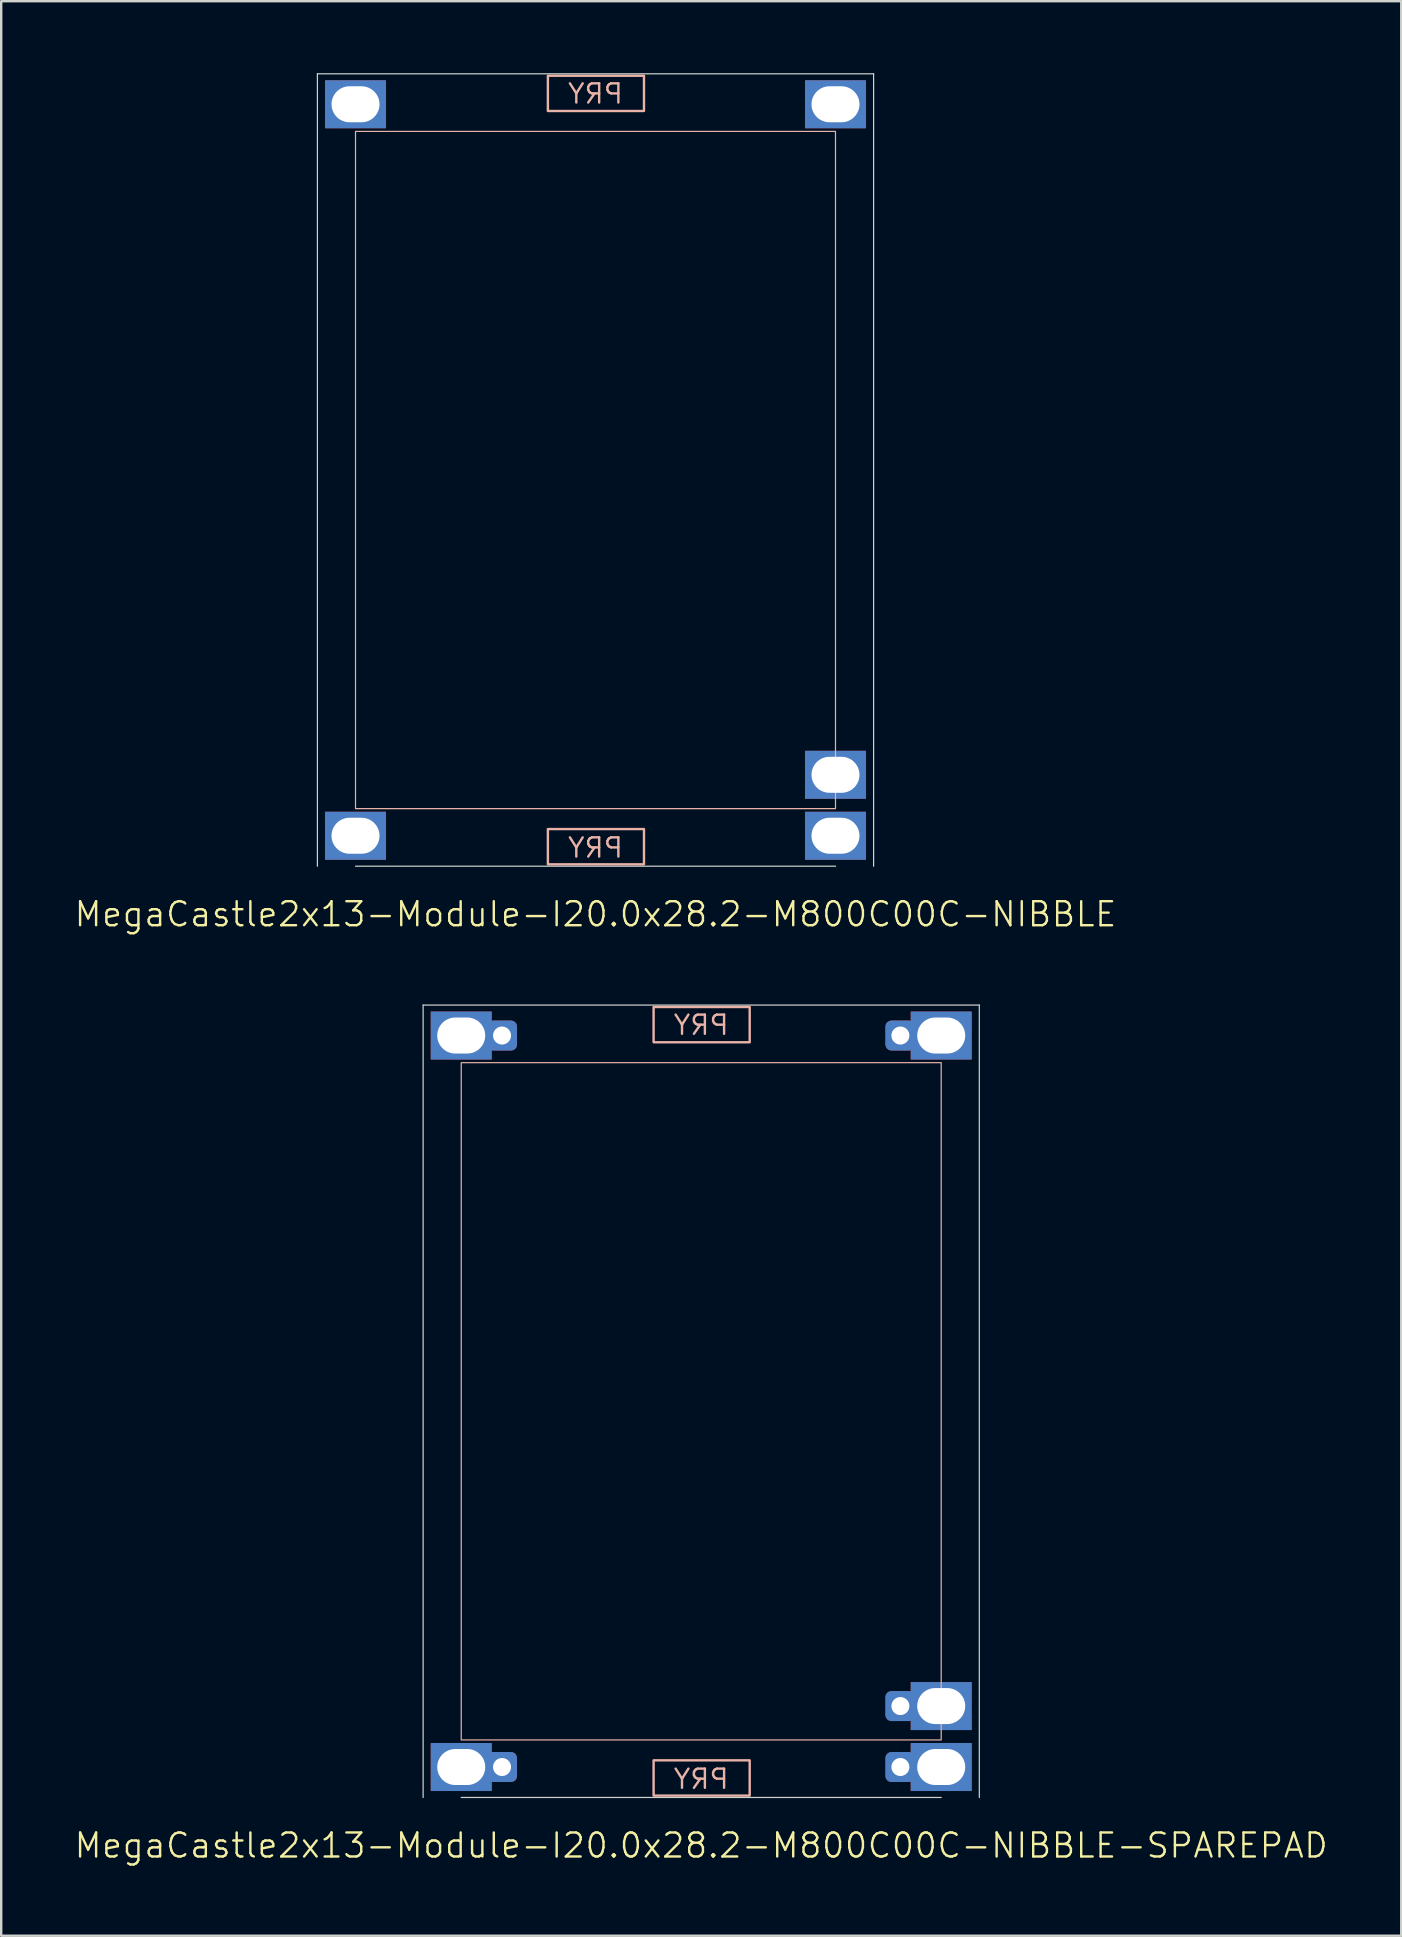
<source format=kicad_pcb>
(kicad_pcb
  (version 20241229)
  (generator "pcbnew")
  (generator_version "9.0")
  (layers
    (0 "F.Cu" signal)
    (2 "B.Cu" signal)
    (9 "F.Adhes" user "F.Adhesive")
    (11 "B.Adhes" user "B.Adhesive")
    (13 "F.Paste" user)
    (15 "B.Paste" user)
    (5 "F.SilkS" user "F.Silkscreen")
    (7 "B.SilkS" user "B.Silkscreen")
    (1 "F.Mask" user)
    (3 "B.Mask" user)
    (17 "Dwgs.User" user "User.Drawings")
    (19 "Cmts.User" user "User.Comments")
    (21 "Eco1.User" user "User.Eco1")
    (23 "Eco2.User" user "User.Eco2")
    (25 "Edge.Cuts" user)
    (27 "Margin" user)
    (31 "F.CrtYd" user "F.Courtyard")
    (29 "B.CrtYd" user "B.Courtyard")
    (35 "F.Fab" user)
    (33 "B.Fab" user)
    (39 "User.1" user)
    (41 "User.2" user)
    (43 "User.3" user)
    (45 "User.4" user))
  (footprint "MegaCastle2x13-Module-I20.0x28.2-M800C00C-NIBBLE"
    (layer "F.Cu")
    (at 21.764 16.535)
    (property "Reference" "MegaCastle2x13-Module-I20.0x28.2-M800C00C-NIBBLE" (at 0 18.51 0) (unlocked yes) (layer "F.SilkS") (effects (font (size 1 1) (thickness 0.1))))
    (attr smd)
    (fp_rect (start -10 14.11) (end 10 -14.11) (stroke (width 0.05) (type default)) (fill no) (layer "B.SilkS"))
    (fp_rect (start -1.984 -14.961) (end 2.02 -16.43) (stroke (width 0.1) (type default)) (fill no) (layer "B.SilkS"))
    (fp_rect (start -1.984 14.961) (end 2.02 16.43) (stroke (width 0.1) (type default)) (fill no) (layer "B.SilkS"))
    (fp_line (start -11.588 -16.51) (end -11.588 16.51) (stroke (width 0.05) (type default)) (layer "Edge.Cuts"))
    (fp_line (start -11.588 -16.51) (end 11.588 -16.51) (stroke (width 0.05) (type default)) (layer "Edge.Cuts"))
    (fp_line (start -10 16.51) (end 10 16.51) (stroke (width 0.05) (type default)) (layer "Edge.Cuts"))
    (fp_line (start 11.588 -16.51) (end 11.588 16.51) (stroke (width 0.05) (type default)) (layer "Edge.Cuts"))
    (fp_text user "PRY" (at 0 16.21 0) (unlocked yes) (layer "B.SilkS") (effects (font (size 0.8 0.8) (thickness 0.1)) (justify bottom mirror)))
    (fp_text user "PRY" (at 0 -15.21 0) (unlocked yes) (layer "B.SilkS") (effects (font (size 0.8 0.8) (thickness 0.1)) (justify bottom mirror)))
    (pad "1" thru_hole rect (at -10 -15.24) (size 2.54 2) (drill oval 2 1.5) (property pad_prop_castellated) (layers "*.Cu" "*.Mask"))
    (pad "13" thru_hole rect (at -10 15.24) (size 2.54 2) (drill oval 2 1.5) (property pad_prop_castellated) (layers "*.Cu" "*.Mask"))
    (pad "14" thru_hole rect (at 10 -15.24) (size 2.54 2) (drill oval 2 1.5) (property pad_prop_castellated) (layers "*.Cu" "*.Mask"))
    (pad "25" thru_hole rect (at 10 12.7) (size 2.54 2) (drill oval 2 1.5) (property pad_prop_castellated) (layers "*.Cu" "*.Mask"))
    (pad "26" thru_hole rect (at 10 15.24) (size 2.54 2) (drill oval 2 1.5) (property pad_prop_castellated) (layers "*.Cu" "*.Mask"))
    (zone (net_name "") (layer "B.Cu") (hatch edge 0.5) (connect_pads) (min_thickness 0.25) (filled_areas_thickness no) (keepout (tracks allowed) (vias allowed) (pads allowed) (copperpour allowed) (footprints not_allowed)) (placement (enabled no)) (fill) (polygon (pts (xy 11.764 33.045) (xy 11.764 0.025))))
    (zone (net_name "") (layer "B.Cu") (hatch edge 0.5) (connect_pads) (min_thickness 0.25) (filled_areas_thickness no) (keepout (tracks allowed) (vias allowed) (pads allowed) (copperpour allowed) (footprints not_allowed)) (placement (enabled no)) (fill) (polygon (pts (xy 31.764 33.045) (xy 31.764 0.025))))
    (zone (net_name "") (layer "B.Cu") (hatch edge 0.5) (connect_pads) (min_thickness 0.25) (filled_areas_thickness no) (keepout (tracks allowed) (vias allowed) (pads allowed) (copperpour allowed) (footprints not_allowed)) (placement (enabled no)) (fill) (polygon (pts (xy 11.764 0.025) (xy 11.764 2.425) (xy 31.764 2.425) (xy 31.764 0.025))))
    (zone (net_name "") (layer "B.Cu") (hatch edge 0.5) (connect_pads) (min_thickness 0.25) (filled_areas_thickness no) (keepout (tracks allowed) (vias allowed) (pads allowed) (copperpour allowed) (footprints not_allowed)) (placement (enabled no)) (fill) (polygon (pts (xy 11.764 33.045) (xy 11.764 30.645) (xy 31.764 30.645) (xy 31.764 33.045))))
    (zone (net_name "") (layer "B.Cu") (name "Upper Pry Zone") (hatch edge 0.5) (connect_pads) (min_thickness 0.25) (filled_areas_thickness no) (keepout (tracks not_allowed) (vias not_allowed) (pads not_allowed) (copperpour allowed) (footprints not_allowed)) (placement (enabled no)) (fill) (polygon (pts (xy 19.78 1.574) (xy 19.78 0.105) (xy 23.784 0.105) (xy 23.784 1.574))))
    (zone (net_name "") (layer "B.Cu") (name "Upper Pry Zone") (hatch edge 0.5) (connect_pads) (min_thickness 0.25) (filled_areas_thickness no) (keepout (tracks not_allowed) (vias not_allowed) (pads not_allowed) (copperpour allowed) (footprints not_allowed)) (placement (enabled no)) (fill) (polygon (pts (xy 19.78 31.496) (xy 19.78 32.965) (xy 23.784 32.965) (xy 23.784 31.496)))))
  (footprint "MegaCastle2x13-Module-I20.0x28.2-M800C00C-NIBBLE-SPAREPAD"
    (layer "F.Cu")
    (at 26.169 55.34)
    (property "Reference" "MegaCastle2x13-Module-I20.0x28.2-M800C00C-NIBBLE-SPAREPAD" (at 0 18.51 0) (unlocked yes) (layer "F.SilkS") (effects (font (size 1 1) (thickness 0.1))))
    (attr smd)
    (fp_rect (start -10 14.11) (end 10 -14.11) (stroke (width 0.05) (type default)) (fill no) (layer "B.SilkS"))
    (fp_rect (start -1.984 -14.961) (end 2.02 -16.43) (stroke (width 0.1) (type default)) (fill no) (layer "B.SilkS"))
    (fp_rect (start -1.984 14.961) (end 2.02 16.43) (stroke (width 0.1) (type default)) (fill no) (layer "B.SilkS"))
    (fp_line (start -11.588 -16.51) (end -11.588 16.51) (stroke (width 0.05) (type default)) (layer "Edge.Cuts"))
    (fp_line (start -11.588 -16.51) (end 11.588 -16.51) (stroke (width 0.05) (type default)) (layer "Edge.Cuts"))
    (fp_line (start -10 16.51) (end 10 16.51) (stroke (width 0.05) (type default)) (layer "Edge.Cuts"))
    (fp_line (start 11.588 -16.51) (end 11.588 16.51) (stroke (width 0.05) (type default)) (layer "Edge.Cuts"))
    (fp_text user "PRY" (at 0 16.21 0) (unlocked yes) (layer "B.SilkS") (effects (font (size 0.8 0.8) (thickness 0.1)) (justify bottom mirror)))
    (fp_text user "PRY" (at 0 -15.21 0) (unlocked yes) (layer "B.SilkS") (effects (font (size 0.8 0.8) (thickness 0.1)) (justify bottom mirror)))
    (pad "1" thru_hole rect (at -10 -15.24) (size 2.54 2) (drill oval 2 1.5) (property pad_prop_castellated) (layers "*.Cu" "*.Mask"))
    (pad "1" thru_hole roundrect (at -8.3 -15.24 180) (size 1.25 1.25) (drill 0.75) (layers "*.Cu" "*.Mask") (roundrect_rratio 0.2))
    (pad "13" thru_hole rect (at -10 15.24) (size 2.54 2) (drill oval 2 1.5) (property pad_prop_castellated) (layers "*.Cu" "*.Mask"))
    (pad "13" thru_hole roundrect (at -8.3 15.24 180) (size 1.25 1.25) (drill 0.75) (layers "*.Cu" "*.Mask") (roundrect_rratio 0.2))
    (pad "14" thru_hole roundrect (at 8.3 -15.24 180) (size 1.25 1.25) (drill 0.75) (layers "*.Cu" "*.Mask") (roundrect_rratio 0.2))
    (pad "14" thru_hole rect (at 10 -15.24) (size 2.54 2) (drill oval 2 1.5) (property pad_prop_castellated) (layers "*.Cu" "*.Mask"))
    (pad "25" thru_hole roundrect (at 8.3 12.7 180) (size 1.25 1.25) (drill 0.75) (layers "*.Cu" "*.Mask") (roundrect_rratio 0.2))
    (pad "25" thru_hole rect (at 10 12.7) (size 2.54 2) (drill oval 2 1.5) (property pad_prop_castellated) (layers "*.Cu" "*.Mask"))
    (pad "26" thru_hole roundrect (at 8.3 15.24 180) (size 1.25 1.25) (drill 0.75) (layers "*.Cu" "*.Mask") (roundrect_rratio 0.2))
    (pad "26" thru_hole rect (at 10 15.24) (size 2.54 2) (drill oval 2 1.5) (property pad_prop_castellated) (layers "*.Cu" "*.Mask"))
    (zone (net_name "") (layer "B.Cu") (hatch edge 0.5) (connect_pads) (min_thickness 0.25) (filled_areas_thickness no) (keepout (tracks allowed) (vias allowed) (pads allowed) (copperpour allowed) (footprints not_allowed)) (placement (enabled no)) (fill) (polygon (pts (xy 16.169 71.85) (xy 16.169 38.831))))
    (zone (net_name "") (layer "B.Cu") (hatch edge 0.5) (connect_pads) (min_thickness 0.25) (filled_areas_thickness no) (keepout (tracks allowed) (vias allowed) (pads allowed) (copperpour allowed) (footprints not_allowed)) (placement (enabled no)) (fill) (polygon (pts (xy 36.169 71.85) (xy 36.169 38.831))))
    (zone (net_name "") (layer "B.Cu") (hatch edge 0.5) (connect_pads) (min_thickness 0.25) (filled_areas_thickness no) (keepout (tracks allowed) (vias allowed) (pads allowed) (copperpour allowed) (footprints not_allowed)) (placement (enabled no)) (fill) (polygon (pts (xy 16.169 38.831) (xy 16.169 41.23) (xy 36.169 41.23) (xy 36.169 38.831))))
    (zone (net_name "") (layer "B.Cu") (hatch edge 0.5) (connect_pads) (min_thickness 0.25) (filled_areas_thickness no) (keepout (tracks allowed) (vias allowed) (pads allowed) (copperpour allowed) (footprints not_allowed)) (placement (enabled no)) (fill) (polygon (pts (xy 16.169 71.85) (xy 16.169 69.451) (xy 36.169 69.451) (xy 36.169 71.85))))
    (zone (net_name "") (layer "B.Cu") (name "Upper Pry Zone") (hatch edge 0.5) (connect_pads) (min_thickness 0.25) (filled_areas_thickness no) (keepout (tracks not_allowed) (vias not_allowed) (pads not_allowed) (copperpour allowed) (footprints not_allowed)) (placement (enabled no)) (fill) (polygon (pts (xy 24.185 40.379) (xy 24.185 38.91) (xy 28.189 38.91) (xy 28.189 40.379))))
    (zone (net_name "") (layer "B.Cu") (name "Upper Pry Zone") (hatch edge 0.5) (connect_pads) (min_thickness 0.25) (filled_areas_thickness no) (keepout (tracks not_allowed) (vias not_allowed) (pads not_allowed) (copperpour allowed) (footprints not_allowed)) (placement (enabled no)) (fill) (polygon (pts (xy 24.185 70.302) (xy 24.185 71.77) (xy 28.189 71.77) (xy 28.189 70.302)))))
  (gr_rect
    (start -3 -3)
    (end 55.338 77.611)
    (stroke (width 0.1) (type default))
    (fill no)
    (layer "Edge.Cuts")))
</source>
